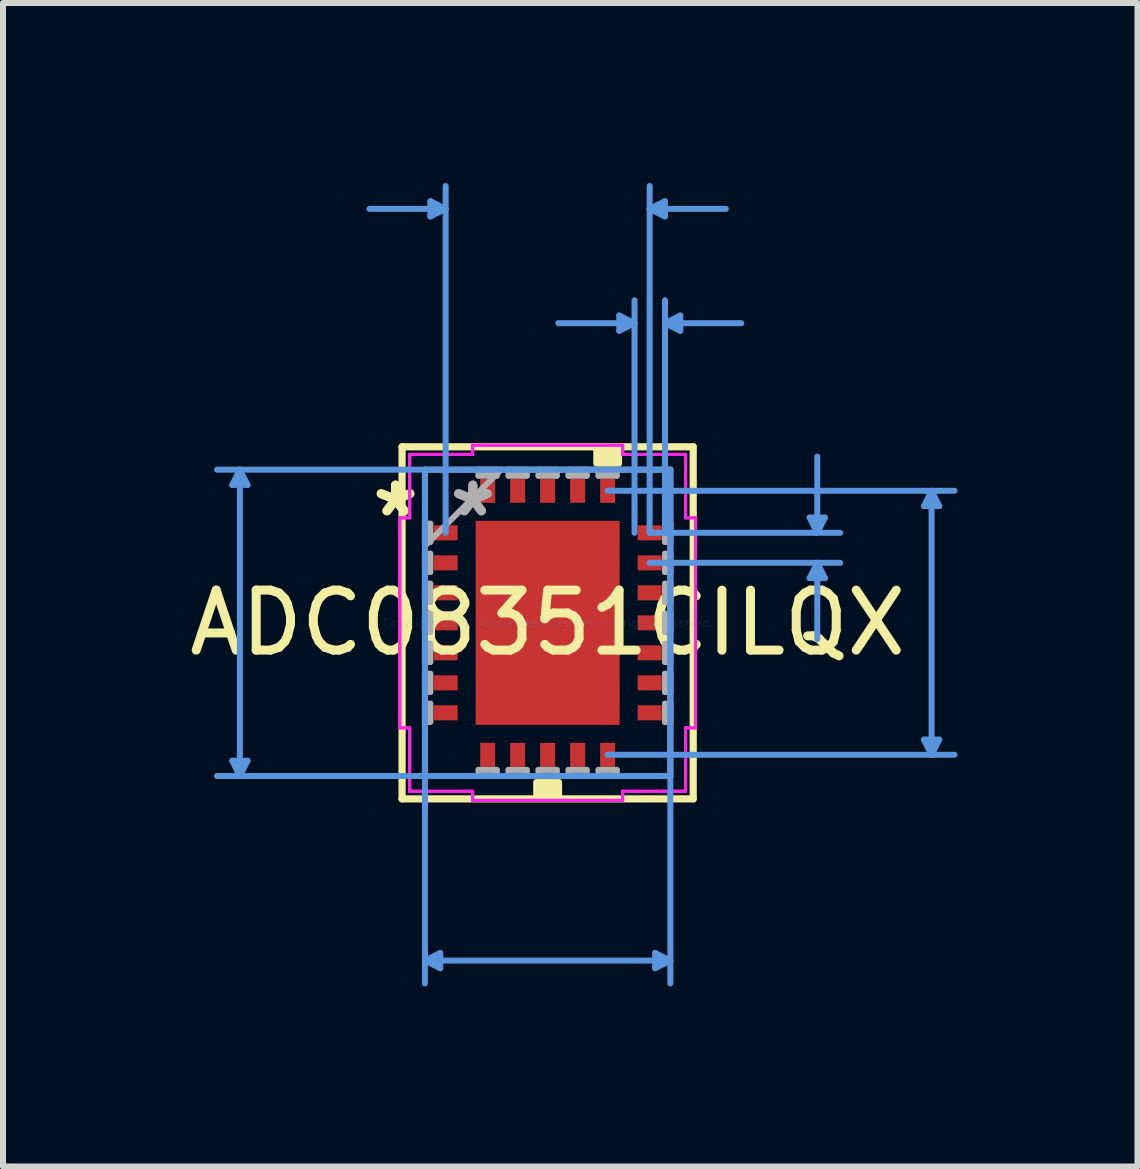
<source format=kicad_pcb>
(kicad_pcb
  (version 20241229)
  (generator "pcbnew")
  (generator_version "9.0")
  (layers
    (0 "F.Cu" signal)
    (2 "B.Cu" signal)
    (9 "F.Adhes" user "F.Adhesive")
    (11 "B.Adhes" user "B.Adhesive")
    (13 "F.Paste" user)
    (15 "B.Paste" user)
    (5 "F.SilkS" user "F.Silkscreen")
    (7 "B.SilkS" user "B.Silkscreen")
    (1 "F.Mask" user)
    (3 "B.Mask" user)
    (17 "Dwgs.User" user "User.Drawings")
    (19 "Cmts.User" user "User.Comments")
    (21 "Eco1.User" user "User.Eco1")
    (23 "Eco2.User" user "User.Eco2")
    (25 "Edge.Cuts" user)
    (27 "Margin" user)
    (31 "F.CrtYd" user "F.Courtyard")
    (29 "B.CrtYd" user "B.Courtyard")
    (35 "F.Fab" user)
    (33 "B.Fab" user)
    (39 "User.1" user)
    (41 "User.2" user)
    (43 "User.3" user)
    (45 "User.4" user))
  (footprint "ADC08351CILQX"
    (layer "F.Cu")
    (at 6.077 7.33)
    (property "Reference" "ADC08351CILQX" (at 0 0 0) (layer "F.SilkS") (effects (font (size 1 1) (thickness 0.15))))
    (attr through_hole)
    (fp_line (start -2.426 -2.934) (end -2.426 2.934) (stroke (width 0.12) (type solid)) (layer "F.SilkS"))
    (fp_line (start -2.426 2.934) (end 2.426 2.934) (stroke (width 0.12) (type solid)) (layer "F.SilkS"))
    (fp_line (start 2.426 -2.934) (end -2.426 -2.934) (stroke (width 0.12) (type solid)) (layer "F.SilkS"))
    (fp_line (start 2.426 2.934) (end 2.426 -2.934) (stroke (width 0.12) (type solid)) (layer "F.SilkS"))
    (fp_poly (pts (xy -0.191 2.654) (xy -0.191 2.908) (xy 0.191 2.908) (xy 0.191 2.654)) (stroke (width 0.1) (type solid)) (fill yes) (layer "F.SilkS"))
    (fp_poly (pts (xy 0.81 -2.654) (xy 0.81 -2.908) (xy 1.191 -2.908) (xy 1.191 -2.654)) (stroke (width 0.1) (type solid)) (fill yes) (layer "F.SilkS"))
    (fp_poly (pts (xy -2 -1.625) (xy -2 -1.375) (xy -1.6 -1.375) (xy -1.6 -1.625)) (stroke (width 0.1) (type solid)) (fill yes) (layer "F.Paste"))
    (fp_poly (pts (xy -2 -1.125) (xy -2 -0.875) (xy -1.6 -0.875) (xy -1.6 -1.125)) (stroke (width 0.1) (type solid)) (fill yes) (layer "F.Paste"))
    (fp_poly (pts (xy -2 -0.625) (xy -2 -0.375) (xy -1.6 -0.375) (xy -1.6 -0.625)) (stroke (width 0.1) (type solid)) (fill yes) (layer "F.Paste"))
    (fp_poly (pts (xy -2 -0.125) (xy -2 0.125) (xy -1.6 0.125) (xy -1.6 -0.125)) (stroke (width 0.1) (type solid)) (fill yes) (layer "F.Paste"))
    (fp_poly (pts (xy -2 0.375) (xy -2 0.625) (xy -1.6 0.625) (xy -1.6 0.375)) (stroke (width 0.1) (type solid)) (fill yes) (layer "F.Paste"))
    (fp_poly (pts (xy -2 0.875) (xy -2 1.125) (xy -1.6 1.125) (xy -1.6 0.875)) (stroke (width 0.1) (type solid)) (fill yes) (layer "F.Paste"))
    (fp_poly (pts (xy -2 1.375) (xy -2 1.625) (xy -1.6 1.625) (xy -1.6 1.375)) (stroke (width 0.1) (type solid)) (fill yes) (layer "F.Paste"))
    (fp_poly (pts (xy -1.125 -2.5) (xy -1.125 -2.1) (xy -0.875 -2.1) (xy -0.875 -2.5)) (stroke (width 0.1) (type solid)) (fill yes) (layer "F.Paste"))
    (fp_poly (pts (xy -1.125 2.1) (xy -1.125 2.5) (xy -0.875 2.5) (xy -0.875 2.1)) (stroke (width 0.1) (type solid)) (fill yes) (layer "F.Paste"))
    (fp_poly (pts (xy -1.1 -1.6) (xy -1.1 -0.1) (xy -0.1 -0.1) (xy -0.1 -1.6)) (stroke (width 0.1) (type solid)) (fill yes) (layer "F.Paste"))
    (fp_poly (pts (xy -1.1 0.1) (xy -1.1 1.6) (xy -0.1 1.6) (xy -0.1 0.1)) (stroke (width 0.1) (type solid)) (fill yes) (layer "F.Paste"))
    (fp_poly (pts (xy -0.625 -2.5) (xy -0.625 -2.1) (xy -0.375 -2.1) (xy -0.375 -2.5)) (stroke (width 0.1) (type solid)) (fill yes) (layer "F.Paste"))
    (fp_poly (pts (xy -0.625 2.1) (xy -0.625 2.5) (xy -0.375 2.5) (xy -0.375 2.1)) (stroke (width 0.1) (type solid)) (fill yes) (layer "F.Paste"))
    (fp_poly (pts (xy -0.125 -2.5) (xy -0.125 -2.1) (xy 0.125 -2.1) (xy 0.125 -2.5)) (stroke (width 0.1) (type solid)) (fill yes) (layer "F.Paste"))
    (fp_poly (pts (xy -0.125 2.1) (xy -0.125 2.5) (xy 0.125 2.5) (xy 0.125 2.1)) (stroke (width 0.1) (type solid)) (fill yes) (layer "F.Paste"))
    (fp_poly (pts (xy 0.1 -1.6) (xy 0.1 -0.1) (xy 1.1 -0.1) (xy 1.1 -1.6)) (stroke (width 0.1) (type solid)) (fill yes) (layer "F.Paste"))
    (fp_poly (pts (xy 0.1 0.1) (xy 0.1 1.6) (xy 1.1 1.6) (xy 1.1 0.1)) (stroke (width 0.1) (type solid)) (fill yes) (layer "F.Paste"))
    (fp_poly (pts (xy 0.375 -2.5) (xy 0.375 -2.1) (xy 0.625 -2.1) (xy 0.625 -2.5)) (stroke (width 0.1) (type solid)) (fill yes) (layer "F.Paste"))
    (fp_poly (pts (xy 0.375 2.1) (xy 0.375 2.5) (xy 0.625 2.5) (xy 0.625 2.1)) (stroke (width 0.1) (type solid)) (fill yes) (layer "F.Paste"))
    (fp_poly (pts (xy 0.875 -2.5) (xy 0.875 -2.1) (xy 1.125 -2.1) (xy 1.125 -2.5)) (stroke (width 0.1) (type solid)) (fill yes) (layer "F.Paste"))
    (fp_poly (pts (xy 0.875 2.1) (xy 0.875 2.5) (xy 1.125 2.5) (xy 1.125 2.1)) (stroke (width 0.1) (type solid)) (fill yes) (layer "F.Paste"))
    (fp_poly (pts (xy 1.6 -1.625) (xy 1.6 -1.375) (xy 2 -1.375) (xy 2 -1.625)) (stroke (width 0.1) (type solid)) (fill yes) (layer "F.Paste"))
    (fp_poly (pts (xy 1.6 -1.125) (xy 1.6 -0.875) (xy 2 -0.875) (xy 2 -1.125)) (stroke (width 0.1) (type solid)) (fill yes) (layer "F.Paste"))
    (fp_poly (pts (xy 1.6 -0.625) (xy 1.6 -0.375) (xy 2 -0.375) (xy 2 -0.625)) (stroke (width 0.1) (type solid)) (fill yes) (layer "F.Paste"))
    (fp_poly (pts (xy 1.6 -0.125) (xy 1.6 0.125) (xy 2 0.125) (xy 2 -0.125)) (stroke (width 0.1) (type solid)) (fill yes) (layer "F.Paste"))
    (fp_poly (pts (xy 1.6 0.375) (xy 1.6 0.625) (xy 2 0.625) (xy 2 0.375)) (stroke (width 0.1) (type solid)) (fill yes) (layer "F.Paste"))
    (fp_poly (pts (xy 1.6 0.875) (xy 1.6 1.125) (xy 2 1.125) (xy 2 0.875)) (stroke (width 0.1) (type solid)) (fill yes) (layer "F.Paste"))
    (fp_poly (pts (xy 1.6 1.375) (xy 1.6 1.625) (xy 2 1.625) (xy 2 1.375)) (stroke (width 0.1) (type solid)) (fill yes) (layer "F.Paste"))
    (fp_line (start -5.256 -2.299) (end -5.002 -2.299) (stroke (width 0.1) (type solid)) (layer "Cmts.User"))
    (fp_line (start -5.256 2.299) (end -5.002 2.299) (stroke (width 0.1) (type solid)) (layer "Cmts.User"))
    (fp_line (start -5.129 -2.553) (end -5.256 -2.299) (stroke (width 0.1) (type solid)) (layer "Cmts.User"))
    (fp_line (start -5.129 -2.553) (end -5.129 2.553) (stroke (width 0.1) (type solid)) (layer "Cmts.User"))
    (fp_line (start -5.129 -2.553) (end -5.002 -2.299) (stroke (width 0.1) (type solid)) (layer "Cmts.User"))
    (fp_line (start -5.129 2.553) (end -5.256 2.299) (stroke (width 0.1) (type solid)) (layer "Cmts.User"))
    (fp_line (start -5.129 2.553) (end -5.002 2.299) (stroke (width 0.1) (type solid)) (layer "Cmts.User"))
    (fp_line (start -2.045 -2.553) (end -2.045 6.01) (stroke (width 0.1) (type solid)) (layer "Cmts.User"))
    (fp_line (start -2.045 5.629) (end -1.791 5.502) (stroke (width 0.1) (type solid)) (layer "Cmts.User"))
    (fp_line (start -2.045 5.629) (end -1.791 5.756) (stroke (width 0.1) (type solid)) (layer "Cmts.User"))
    (fp_line (start -2.045 5.629) (end 2.045 5.629) (stroke (width 0.1) (type solid)) (layer "Cmts.User"))
    (fp_line (start -1.954 -7.026) (end -1.954 -6.772) (stroke (width 0.1) (type solid)) (layer "Cmts.User"))
    (fp_line (start -1.791 5.502) (end -1.791 5.756) (stroke (width 0.1) (type solid)) (layer "Cmts.User"))
    (fp_line (start -1.7 -6.899) (end -2.97 -6.899) (stroke (width 0.1) (type solid)) (layer "Cmts.User"))
    (fp_line (start -1.7 -6.899) (end -1.954 -7.026) (stroke (width 0.1) (type solid)) (layer "Cmts.User"))
    (fp_line (start -1.7 -6.899) (end -1.954 -6.772) (stroke (width 0.1) (type solid)) (layer "Cmts.User"))
    (fp_line (start -1.7 -1.5) (end -1.7 -7.28) (stroke (width 0.1) (type solid)) (layer "Cmts.User"))
    (fp_line (start 1 -2.2) (end 6.78 -2.2) (stroke (width 0.1) (type solid)) (layer "Cmts.User"))
    (fp_line (start 1 2.2) (end 6.78 2.2) (stroke (width 0.1) (type solid)) (layer "Cmts.User"))
    (fp_line (start 1.194 -5.121) (end 1.194 -4.867) (stroke (width 0.1) (type solid)) (layer "Cmts.User"))
    (fp_line (start 1.448 -4.994) (end 0.178 -4.994) (stroke (width 0.1) (type solid)) (layer "Cmts.User"))
    (fp_line (start 1.448 -4.994) (end 1.194 -5.121) (stroke (width 0.1) (type solid)) (layer "Cmts.User"))
    (fp_line (start 1.448 -4.994) (end 1.194 -4.867) (stroke (width 0.1) (type solid)) (layer "Cmts.User"))
    (fp_line (start 1.448 -1.5) (end 1.448 -5.375) (stroke (width 0.1) (type solid)) (layer "Cmts.User"))
    (fp_line (start 1.7 -6.899) (end 1.954 -7.026) (stroke (width 0.1) (type solid)) (layer "Cmts.User"))
    (fp_line (start 1.7 -6.899) (end 1.954 -6.772) (stroke (width 0.1) (type solid)) (layer "Cmts.User"))
    (fp_line (start 1.7 -6.899) (end 2.97 -6.899) (stroke (width 0.1) (type solid)) (layer "Cmts.User"))
    (fp_line (start 1.7 -1.5) (end 1.7 -7.28) (stroke (width 0.1) (type solid)) (layer "Cmts.User"))
    (fp_line (start 1.7 -1.5) (end 4.875 -1.5) (stroke (width 0.1) (type solid)) (layer "Cmts.User"))
    (fp_line (start 1.7 -1) (end 4.875 -1) (stroke (width 0.1) (type solid)) (layer "Cmts.User"))
    (fp_line (start 1.791 5.502) (end 1.791 5.756) (stroke (width 0.1) (type solid)) (layer "Cmts.User"))
    (fp_line (start 1.954 -7.026) (end 1.954 -6.772) (stroke (width 0.1) (type solid)) (layer "Cmts.User"))
    (fp_line (start 1.956 -4.994) (end 2.21 -5.121) (stroke (width 0.1) (type solid)) (layer "Cmts.User"))
    (fp_line (start 1.956 -4.994) (end 2.21 -4.867) (stroke (width 0.1) (type solid)) (layer "Cmts.User"))
    (fp_line (start 1.956 -4.994) (end 3.226 -4.994) (stroke (width 0.1) (type solid)) (layer "Cmts.User"))
    (fp_line (start 1.956 -1.5) (end 1.956 -5.375) (stroke (width 0.1) (type solid)) (layer "Cmts.User"))
    (fp_line (start 2.045 -2.553) (end -5.51 -2.553) (stroke (width 0.1) (type solid)) (layer "Cmts.User"))
    (fp_line (start 2.045 -2.553) (end 2.045 6.01) (stroke (width 0.1) (type solid)) (layer "Cmts.User"))
    (fp_line (start 2.045 2.553) (end -5.51 2.553) (stroke (width 0.1) (type solid)) (layer "Cmts.User"))
    (fp_line (start 2.045 5.629) (end 1.791 5.502) (stroke (width 0.1) (type solid)) (layer "Cmts.User"))
    (fp_line (start 2.045 5.629) (end 1.791 5.756) (stroke (width 0.1) (type solid)) (layer "Cmts.User"))
    (fp_line (start 2.21 -5.121) (end 2.21 -4.867) (stroke (width 0.1) (type solid)) (layer "Cmts.User"))
    (fp_line (start 4.367 -1.754) (end 4.621 -1.754) (stroke (width 0.1) (type solid)) (layer "Cmts.User"))
    (fp_line (start 4.367 -0.746) (end 4.621 -0.746) (stroke (width 0.1) (type solid)) (layer "Cmts.User"))
    (fp_line (start 4.494 -1.5) (end 4.367 -1.754) (stroke (width 0.1) (type solid)) (layer "Cmts.User"))
    (fp_line (start 4.494 -1.5) (end 4.494 -2.77) (stroke (width 0.1) (type solid)) (layer "Cmts.User"))
    (fp_line (start 4.494 -1.5) (end 4.621 -1.754) (stroke (width 0.1) (type solid)) (layer "Cmts.User"))
    (fp_line (start 4.494 -1) (end 4.367 -0.746) (stroke (width 0.1) (type solid)) (layer "Cmts.User"))
    (fp_line (start 4.494 -1) (end 4.494 0.27) (stroke (width 0.1) (type solid)) (layer "Cmts.User"))
    (fp_line (start 4.494 -1) (end 4.621 -0.746) (stroke (width 0.1) (type solid)) (layer "Cmts.User"))
    (fp_line (start 6.272 -1.946) (end 6.526 -1.946) (stroke (width 0.1) (type solid)) (layer "Cmts.User"))
    (fp_line (start 6.272 1.946) (end 6.526 1.946) (stroke (width 0.1) (type solid)) (layer "Cmts.User"))
    (fp_line (start 6.399 -2.2) (end 6.272 -1.946) (stroke (width 0.1) (type solid)) (layer "Cmts.User"))
    (fp_line (start 6.399 -2.2) (end 6.399 2.2) (stroke (width 0.1) (type solid)) (layer "Cmts.User"))
    (fp_line (start 6.399 -2.2) (end 6.526 -1.946) (stroke (width 0.1) (type solid)) (layer "Cmts.User"))
    (fp_line (start 6.399 2.2) (end 6.272 1.946) (stroke (width 0.1) (type solid)) (layer "Cmts.User"))
    (fp_line (start 6.399 2.2) (end 6.526 1.946) (stroke (width 0.1) (type solid)) (layer "Cmts.User"))
    (fp_line (start -2.464 -1.75) (end -2.299 -1.75) (stroke (width 0.05) (type solid)) (layer "F.CrtYd"))
    (fp_line (start -2.464 -1.75) (end -2.299 -1.75) (stroke (width 0.05) (type solid)) (layer "F.CrtYd"))
    (fp_line (start -2.464 1.75) (end -2.464 -1.75) (stroke (width 0.05) (type solid)) (layer "F.CrtYd"))
    (fp_line (start -2.464 1.75) (end -2.464 -1.75) (stroke (width 0.05) (type solid)) (layer "F.CrtYd"))
    (fp_line (start -2.299 -2.807) (end -1.25 -2.807) (stroke (width 0.05) (type solid)) (layer "F.CrtYd"))
    (fp_line (start -2.299 -2.807) (end -1.25 -2.807) (stroke (width 0.05) (type solid)) (layer "F.CrtYd"))
    (fp_line (start -2.299 -1.75) (end -2.299 -2.807) (stroke (width 0.05) (type solid)) (layer "F.CrtYd"))
    (fp_line (start -2.299 -1.75) (end -2.299 -2.807) (stroke (width 0.05) (type solid)) (layer "F.CrtYd"))
    (fp_line (start -2.299 1.75) (end -2.464 1.75) (stroke (width 0.05) (type solid)) (layer "F.CrtYd"))
    (fp_line (start -2.299 1.75) (end -2.464 1.75) (stroke (width 0.05) (type solid)) (layer "F.CrtYd"))
    (fp_line (start -2.299 2.807) (end -2.299 1.75) (stroke (width 0.05) (type solid)) (layer "F.CrtYd"))
    (fp_line (start -2.299 2.807) (end -2.299 1.75) (stroke (width 0.05) (type solid)) (layer "F.CrtYd"))
    (fp_line (start -1.25 -2.959) (end 1.25 -2.959) (stroke (width 0.05) (type solid)) (layer "F.CrtYd"))
    (fp_line (start -1.25 -2.959) (end 1.25 -2.959) (stroke (width 0.05) (type solid)) (layer "F.CrtYd"))
    (fp_line (start -1.25 -2.807) (end -1.25 -2.959) (stroke (width 0.05) (type solid)) (layer "F.CrtYd"))
    (fp_line (start -1.25 -2.807) (end -1.25 -2.959) (stroke (width 0.05) (type solid)) (layer "F.CrtYd"))
    (fp_line (start -1.25 2.807) (end -2.299 2.807) (stroke (width 0.05) (type solid)) (layer "F.CrtYd"))
    (fp_line (start -1.25 2.807) (end -2.299 2.807) (stroke (width 0.05) (type solid)) (layer "F.CrtYd"))
    (fp_line (start -1.25 2.959) (end -1.25 2.807) (stroke (width 0.05) (type solid)) (layer "F.CrtYd"))
    (fp_line (start -1.25 2.959) (end -1.25 2.807) (stroke (width 0.05) (type solid)) (layer "F.CrtYd"))
    (fp_line (start 1.25 -2.959) (end 1.25 -2.807) (stroke (width 0.05) (type solid)) (layer "F.CrtYd"))
    (fp_line (start 1.25 -2.959) (end 1.25 -2.807) (stroke (width 0.05) (type solid)) (layer "F.CrtYd"))
    (fp_line (start 1.25 -2.807) (end 2.299 -2.807) (stroke (width 0.05) (type solid)) (layer "F.CrtYd"))
    (fp_line (start 1.25 -2.807) (end 2.299 -2.807) (stroke (width 0.05) (type solid)) (layer "F.CrtYd"))
    (fp_line (start 1.25 2.807) (end 1.25 2.959) (stroke (width 0.05) (type solid)) (layer "F.CrtYd"))
    (fp_line (start 1.25 2.807) (end 1.25 2.959) (stroke (width 0.05) (type solid)) (layer "F.CrtYd"))
    (fp_line (start 1.25 2.959) (end -1.25 2.959) (stroke (width 0.05) (type solid)) (layer "F.CrtYd"))
    (fp_line (start 1.25 2.959) (end -1.25 2.959) (stroke (width 0.05) (type solid)) (layer "F.CrtYd"))
    (fp_line (start 2.299 -2.807) (end 2.299 -1.75) (stroke (width 0.05) (type solid)) (layer "F.CrtYd"))
    (fp_line (start 2.299 -2.807) (end 2.299 -1.75) (stroke (width 0.05) (type solid)) (layer "F.CrtYd"))
    (fp_line (start 2.299 -1.75) (end 2.464 -1.75) (stroke (width 0.05) (type solid)) (layer "F.CrtYd"))
    (fp_line (start 2.299 -1.75) (end 2.464 -1.75) (stroke (width 0.05) (type solid)) (layer "F.CrtYd"))
    (fp_line (start 2.299 1.75) (end 2.299 2.807) (stroke (width 0.05) (type solid)) (layer "F.CrtYd"))
    (fp_line (start 2.299 1.75) (end 2.299 2.807) (stroke (width 0.05) (type solid)) (layer "F.CrtYd"))
    (fp_line (start 2.299 2.807) (end 1.25 2.807) (stroke (width 0.05) (type solid)) (layer "F.CrtYd"))
    (fp_line (start 2.299 2.807) (end 1.25 2.807) (stroke (width 0.05) (type solid)) (layer "F.CrtYd"))
    (fp_line (start 2.464 -1.75) (end 2.464 1.75) (stroke (width 0.05) (type solid)) (layer "F.CrtYd"))
    (fp_line (start 2.464 -1.75) (end 2.464 1.75) (stroke (width 0.05) (type solid)) (layer "F.CrtYd"))
    (fp_line (start 2.464 1.75) (end 2.299 1.75) (stroke (width 0.05) (type solid)) (layer "F.CrtYd"))
    (fp_line (start 2.464 1.75) (end 2.299 1.75) (stroke (width 0.05) (type solid)) (layer "F.CrtYd"))
    (fp_line (start -2.045 -2.553) (end -2.045 2.553) (stroke (width 0.1) (type solid)) (layer "F.Fab"))
    (fp_line (start -2.045 -1.652) (end -1.956 -1.652) (stroke (width 0.1) (type solid)) (layer "F.Fab"))
    (fp_line (start -2.045 -1.348) (end -2.045 -1.652) (stroke (width 0.1) (type solid)) (layer "F.Fab"))
    (fp_line (start -2.045 -1.283) (end -0.775 -2.553) (stroke (width 0.1) (type solid)) (layer "F.Fab"))
    (fp_line (start -2.045 -1.152) (end -1.956 -1.152) (stroke (width 0.1) (type solid)) (layer "F.Fab"))
    (fp_line (start -2.045 -0.848) (end -2.045 -1.152) (stroke (width 0.1) (type solid)) (layer "F.Fab"))
    (fp_line (start -2.045 -0.652) (end -1.956 -0.652) (stroke (width 0.1) (type solid)) (layer "F.Fab"))
    (fp_line (start -2.045 -0.348) (end -2.045 -0.652) (stroke (width 0.1) (type solid)) (layer "F.Fab"))
    (fp_line (start -2.045 -0.152) (end -1.956 -0.152) (stroke (width 0.1) (type solid)) (layer "F.Fab"))
    (fp_line (start -2.045 0.152) (end -2.045 -0.152) (stroke (width 0.1) (type solid)) (layer "F.Fab"))
    (fp_line (start -2.045 0.348) (end -1.956 0.348) (stroke (width 0.1) (type solid)) (layer "F.Fab"))
    (fp_line (start -2.045 0.652) (end -2.045 0.348) (stroke (width 0.1) (type solid)) (layer "F.Fab"))
    (fp_line (start -2.045 0.848) (end -1.956 0.848) (stroke (width 0.1) (type solid)) (layer "F.Fab"))
    (fp_line (start -2.045 1.152) (end -2.045 0.848) (stroke (width 0.1) (type solid)) (layer "F.Fab"))
    (fp_line (start -2.045 1.348) (end -1.956 1.348) (stroke (width 0.1) (type solid)) (layer "F.Fab"))
    (fp_line (start -2.045 1.652) (end -2.045 1.348) (stroke (width 0.1) (type solid)) (layer "F.Fab"))
    (fp_line (start -2.045 2.553) (end 2.045 2.553) (stroke (width 0.1) (type solid)) (layer "F.Fab"))
    (fp_line (start -1.956 -1.652) (end -1.956 -1.348) (stroke (width 0.1) (type solid)) (layer "F.Fab"))
    (fp_line (start -1.956 -1.348) (end -2.045 -1.348) (stroke (width 0.1) (type solid)) (layer "F.Fab"))
    (fp_line (start -1.956 -1.152) (end -1.956 -0.848) (stroke (width 0.1) (type solid)) (layer "F.Fab"))
    (fp_line (start -1.956 -0.848) (end -2.045 -0.848) (stroke (width 0.1) (type solid)) (layer "F.Fab"))
    (fp_line (start -1.956 -0.652) (end -1.956 -0.348) (stroke (width 0.1) (type solid)) (layer "F.Fab"))
    (fp_line (start -1.956 -0.348) (end -2.045 -0.348) (stroke (width 0.1) (type solid)) (layer "F.Fab"))
    (fp_line (start -1.956 -0.152) (end -1.956 0.152) (stroke (width 0.1) (type solid)) (layer "F.Fab"))
    (fp_line (start -1.956 0.152) (end -2.045 0.152) (stroke (width 0.1) (type solid)) (layer "F.Fab"))
    (fp_line (start -1.956 0.348) (end -1.956 0.652) (stroke (width 0.1) (type solid)) (layer "F.Fab"))
    (fp_line (start -1.956 0.652) (end -2.045 0.652) (stroke (width 0.1) (type solid)) (layer "F.Fab"))
    (fp_line (start -1.956 0.848) (end -1.956 1.152) (stroke (width 0.1) (type solid)) (layer "F.Fab"))
    (fp_line (start -1.956 1.152) (end -2.045 1.152) (stroke (width 0.1) (type solid)) (layer "F.Fab"))
    (fp_line (start -1.956 1.348) (end -1.956 1.652) (stroke (width 0.1) (type solid)) (layer "F.Fab"))
    (fp_line (start -1.956 1.652) (end -2.045 1.652) (stroke (width 0.1) (type solid)) (layer "F.Fab"))
    (fp_line (start -1.152 -2.553) (end -0.848 -2.553) (stroke (width 0.1) (type solid)) (layer "F.Fab"))
    (fp_line (start -1.152 -2.451) (end -1.152 -2.553) (stroke (width 0.1) (type solid)) (layer "F.Fab"))
    (fp_line (start -1.152 2.451) (end -0.848 2.451) (stroke (width 0.1) (type solid)) (layer "F.Fab"))
    (fp_line (start -1.152 2.553) (end -1.152 2.451) (stroke (width 0.1) (type solid)) (layer "F.Fab"))
    (fp_line (start -0.848 -2.553) (end -0.848 -2.451) (stroke (width 0.1) (type solid)) (layer "F.Fab"))
    (fp_line (start -0.848 -2.451) (end -1.152 -2.451) (stroke (width 0.1) (type solid)) (layer "F.Fab"))
    (fp_line (start -0.848 2.451) (end -0.848 2.553) (stroke (width 0.1) (type solid)) (layer "F.Fab"))
    (fp_line (start -0.848 2.553) (end -1.152 2.553) (stroke (width 0.1) (type solid)) (layer "F.Fab"))
    (fp_line (start -0.652 -2.553) (end -0.348 -2.553) (stroke (width 0.1) (type solid)) (layer "F.Fab"))
    (fp_line (start -0.652 -2.451) (end -0.652 -2.553) (stroke (width 0.1) (type solid)) (layer "F.Fab"))
    (fp_line (start -0.652 2.451) (end -0.348 2.451) (stroke (width 0.1) (type solid)) (layer "F.Fab"))
    (fp_line (start -0.652 2.553) (end -0.652 2.451) (stroke (width 0.1) (type solid)) (layer "F.Fab"))
    (fp_line (start -0.348 -2.553) (end -0.348 -2.451) (stroke (width 0.1) (type solid)) (layer "F.Fab"))
    (fp_line (start -0.348 -2.451) (end -0.652 -2.451) (stroke (width 0.1) (type solid)) (layer "F.Fab"))
    (fp_line (start -0.348 2.451) (end -0.348 2.553) (stroke (width 0.1) (type solid)) (layer "F.Fab"))
    (fp_line (start -0.348 2.553) (end -0.652 2.553) (stroke (width 0.1) (type solid)) (layer "F.Fab"))
    (fp_line (start -0.152 -2.553) (end 0.152 -2.553) (stroke (width 0.1) (type solid)) (layer "F.Fab"))
    (fp_line (start -0.152 -2.451) (end -0.152 -2.553) (stroke (width 0.1) (type solid)) (layer "F.Fab"))
    (fp_line (start -0.152 2.451) (end 0.152 2.451) (stroke (width 0.1) (type solid)) (layer "F.Fab"))
    (fp_line (start -0.152 2.553) (end -0.152 2.451) (stroke (width 0.1) (type solid)) (layer "F.Fab"))
    (fp_line (start 0.152 -2.553) (end 0.152 -2.451) (stroke (width 0.1) (type solid)) (layer "F.Fab"))
    (fp_line (start 0.152 -2.451) (end -0.152 -2.451) (stroke (width 0.1) (type solid)) (layer "F.Fab"))
    (fp_line (start 0.152 2.451) (end 0.152 2.553) (stroke (width 0.1) (type solid)) (layer "F.Fab"))
    (fp_line (start 0.152 2.553) (end -0.152 2.553) (stroke (width 0.1) (type solid)) (layer "F.Fab"))
    (fp_line (start 0.348 -2.553) (end 0.652 -2.553) (stroke (width 0.1) (type solid)) (layer "F.Fab"))
    (fp_line (start 0.348 -2.451) (end 0.348 -2.553) (stroke (width 0.1) (type solid)) (layer "F.Fab"))
    (fp_line (start 0.348 2.451) (end 0.652 2.451) (stroke (width 0.1) (type solid)) (layer "F.Fab"))
    (fp_line (start 0.348 2.553) (end 0.348 2.451) (stroke (width 0.1) (type solid)) (layer "F.Fab"))
    (fp_line (start 0.652 -2.553) (end 0.652 -2.451) (stroke (width 0.1) (type solid)) (layer "F.Fab"))
    (fp_line (start 0.652 -2.451) (end 0.348 -2.451) (stroke (width 0.1) (type solid)) (layer "F.Fab"))
    (fp_line (start 0.652 2.451) (end 0.652 2.553) (stroke (width 0.1) (type solid)) (layer "F.Fab"))
    (fp_line (start 0.652 2.553) (end 0.348 2.553) (stroke (width 0.1) (type solid)) (layer "F.Fab"))
    (fp_line (start 0.848 -2.553) (end 1.152 -2.553) (stroke (width 0.1) (type solid)) (layer "F.Fab"))
    (fp_line (start 0.848 -2.451) (end 0.848 -2.553) (stroke (width 0.1) (type solid)) (layer "F.Fab"))
    (fp_line (start 0.848 2.451) (end 1.152 2.451) (stroke (width 0.1) (type solid)) (layer "F.Fab"))
    (fp_line (start 0.848 2.553) (end 0.848 2.451) (stroke (width 0.1) (type solid)) (layer "F.Fab"))
    (fp_line (start 1.152 -2.553) (end 1.152 -2.451) (stroke (width 0.1) (type solid)) (layer "F.Fab"))
    (fp_line (start 1.152 -2.451) (end 0.848 -2.451) (stroke (width 0.1) (type solid)) (layer "F.Fab"))
    (fp_line (start 1.152 2.451) (end 1.152 2.553) (stroke (width 0.1) (type solid)) (layer "F.Fab"))
    (fp_line (start 1.152 2.553) (end 0.848 2.553) (stroke (width 0.1) (type solid)) (layer "F.Fab"))
    (fp_line (start 1.956 -1.652) (end 2.045 -1.652) (stroke (width 0.1) (type solid)) (layer "F.Fab"))
    (fp_line (start 1.956 -1.348) (end 1.956 -1.652) (stroke (width 0.1) (type solid)) (layer "F.Fab"))
    (fp_line (start 1.956 -1.152) (end 2.045 -1.152) (stroke (width 0.1) (type solid)) (layer "F.Fab"))
    (fp_line (start 1.956 -0.848) (end 1.956 -1.152) (stroke (width 0.1) (type solid)) (layer "F.Fab"))
    (fp_line (start 1.956 -0.652) (end 2.045 -0.652) (stroke (width 0.1) (type solid)) (layer "F.Fab"))
    (fp_line (start 1.956 -0.348) (end 1.956 -0.652) (stroke (width 0.1) (type solid)) (layer "F.Fab"))
    (fp_line (start 1.956 -0.152) (end 2.045 -0.152) (stroke (width 0.1) (type solid)) (layer "F.Fab"))
    (fp_line (start 1.956 0.152) (end 1.956 -0.152) (stroke (width 0.1) (type solid)) (layer "F.Fab"))
    (fp_line (start 1.956 0.348) (end 2.045 0.348) (stroke (width 0.1) (type solid)) (layer "F.Fab"))
    (fp_line (start 1.956 0.652) (end 1.956 0.348) (stroke (width 0.1) (type solid)) (layer "F.Fab"))
    (fp_line (start 1.956 0.848) (end 2.045 0.848) (stroke (width 0.1) (type solid)) (layer "F.Fab"))
    (fp_line (start 1.956 1.152) (end 1.956 0.848) (stroke (width 0.1) (type solid)) (layer "F.Fab"))
    (fp_line (start 1.956 1.348) (end 2.045 1.348) (stroke (width 0.1) (type solid)) (layer "F.Fab"))
    (fp_line (start 1.956 1.652) (end 1.956 1.348) (stroke (width 0.1) (type solid)) (layer "F.Fab"))
    (fp_line (start 2.045 -2.553) (end -2.045 -2.553) (stroke (width 0.1) (type solid)) (layer "F.Fab"))
    (fp_line (start 2.045 -1.652) (end 2.045 -1.348) (stroke (width 0.1) (type solid)) (layer "F.Fab"))
    (fp_line (start 2.045 -1.348) (end 1.956 -1.348) (stroke (width 0.1) (type solid)) (layer "F.Fab"))
    (fp_line (start 2.045 -1.152) (end 2.045 -0.848) (stroke (width 0.1) (type solid)) (layer "F.Fab"))
    (fp_line (start 2.045 -0.848) (end 1.956 -0.848) (stroke (width 0.1) (type solid)) (layer "F.Fab"))
    (fp_line (start 2.045 -0.652) (end 2.045 -0.348) (stroke (width 0.1) (type solid)) (layer "F.Fab"))
    (fp_line (start 2.045 -0.348) (end 1.956 -0.348) (stroke (width 0.1) (type solid)) (layer "F.Fab"))
    (fp_line (start 2.045 -0.152) (end 2.045 0.152) (stroke (width 0.1) (type solid)) (layer "F.Fab"))
    (fp_line (start 2.045 0.152) (end 1.956 0.152) (stroke (width 0.1) (type solid)) (layer "F.Fab"))
    (fp_line (start 2.045 0.348) (end 2.045 0.652) (stroke (width 0.1) (type solid)) (layer "F.Fab"))
    (fp_line (start 2.045 0.652) (end 1.956 0.652) (stroke (width 0.1) (type solid)) (layer "F.Fab"))
    (fp_line (start 2.045 0.848) (end 2.045 1.152) (stroke (width 0.1) (type solid)) (layer "F.Fab"))
    (fp_line (start 2.045 1.152) (end 1.956 1.152) (stroke (width 0.1) (type solid)) (layer "F.Fab"))
    (fp_line (start 2.045 1.348) (end 2.045 1.652) (stroke (width 0.1) (type solid)) (layer "F.Fab"))
    (fp_line (start 2.045 1.652) (end 1.956 1.652) (stroke (width 0.1) (type solid)) (layer "F.Fab"))
    (fp_line (start 2.045 2.553) (end 2.045 -2.553) (stroke (width 0.1) (type solid)) (layer "F.Fab"))
    (fp_text user "*" (at -2.535 -1.75 0) (layer "F.SilkS") (effects (font (size 1 1) (thickness 0.15))))
    (fp_text user "*" (at -2.535 -1.75 0) (layer "F.SilkS") (effects (font (size 1 1) (thickness 0.15))))
    (fp_text user "Copyright 2021 Accelerated Designs. All rights reserved." (at 0 0 0) (layer "Cmts.User") (effects (font (size 0.127 0.127) (thickness 0.002))))
    (fp_text user "*" (at -1.246 -1.75 0) (layer "F.Fab") (effects (font (size 1 1) (thickness 0.15))))
    (fp_text user "*" (at -1.246 -1.75 0) (layer "F.Fab") (effects (font (size 1 1) (thickness 0.15))))
    (pad "1" smd rect (at -1.7 -1.5 90) (size 0.25 0.4) (layers "F.Cu" "F.Mask"))
    (pad "2" smd rect (at -1.7 -1 90) (size 0.25 0.4) (layers "F.Cu" "F.Mask"))
    (pad "3" smd rect (at -1.7 -0.5 90) (size 0.25 0.4) (layers "F.Cu" "F.Mask"))
    (pad "4" smd rect (at -1.7 0 90) (size 0.25 0.4) (layers "F.Cu" "F.Mask"))
    (pad "5" smd rect (at -1.7 0.5 90) (size 0.25 0.4) (layers "F.Cu" "F.Mask"))
    (pad "6" smd rect (at -1.7 1 90) (size 0.25 0.4) (layers "F.Cu" "F.Mask"))
    (pad "7" smd rect (at -1.7 1.5 90) (size 0.25 0.4) (layers "F.Cu" "F.Mask"))
    (pad "8" smd rect (at -1 2.2) (size 0.25 0.4) (layers "F.Cu" "F.Mask"))
    (pad "9" smd rect (at -0.5 2.2) (size 0.25 0.4) (layers "F.Cu" "F.Mask"))
    (pad "10" smd rect (at 0 2.2) (size 0.25 0.4) (layers "F.Cu" "F.Mask"))
    (pad "11" smd rect (at 0.5 2.2) (size 0.25 0.4) (layers "F.Cu" "F.Mask"))
    (pad "12" smd rect (at 1 2.2) (size 0.25 0.4) (layers "F.Cu" "F.Mask"))
    (pad "13" smd rect (at 1.7 1.5 90) (size 0.25 0.4) (layers "F.Cu" "F.Mask"))
    (pad "14" smd rect (at 1.7 1 90) (size 0.25 0.4) (layers "F.Cu" "F.Mask"))
    (pad "15" smd rect (at 1.7 0.5 90) (size 0.25 0.4) (layers "F.Cu" "F.Mask"))
    (pad "16" smd rect (at 1.7 0 90) (size 0.25 0.4) (layers "F.Cu" "F.Mask"))
    (pad "17" smd rect (at 1.7 -0.5 90) (size 0.25 0.4) (layers "F.Cu" "F.Mask"))
    (pad "18" smd rect (at 1.7 -1 90) (size 0.25 0.4) (layers "F.Cu" "F.Mask"))
    (pad "19" smd rect (at 1.7 -1.5 90) (size 0.25 0.4) (layers "F.Cu" "F.Mask"))
    (pad "20" smd rect (at 1 -2.2) (size 0.25 0.4) (layers "F.Cu" "F.Mask"))
    (pad "21" smd rect (at 0.5 -2.2) (size 0.25 0.4) (layers "F.Cu" "F.Mask"))
    (pad "22" smd rect (at 0 -2.2) (size 0.25 0.4) (layers "F.Cu" "F.Mask"))
    (pad "23" smd rect (at -0.5 -2.2) (size 0.25 0.4) (layers "F.Cu" "F.Mask"))
    (pad "24" smd rect (at -1 -2.2) (size 0.25 0.4) (layers "F.Cu" "F.Mask"))
    (pad "25" smd rect (at 0 0) (size 2.4 3.4) (layers "F.Cu" "F.Mask")))
  (gr_rect
    (start -3 -3)
    (end 15.907 16.39)
    (stroke (width 0.1) (type default))
    (fill no)
    (layer "Edge.Cuts")))
</source>
